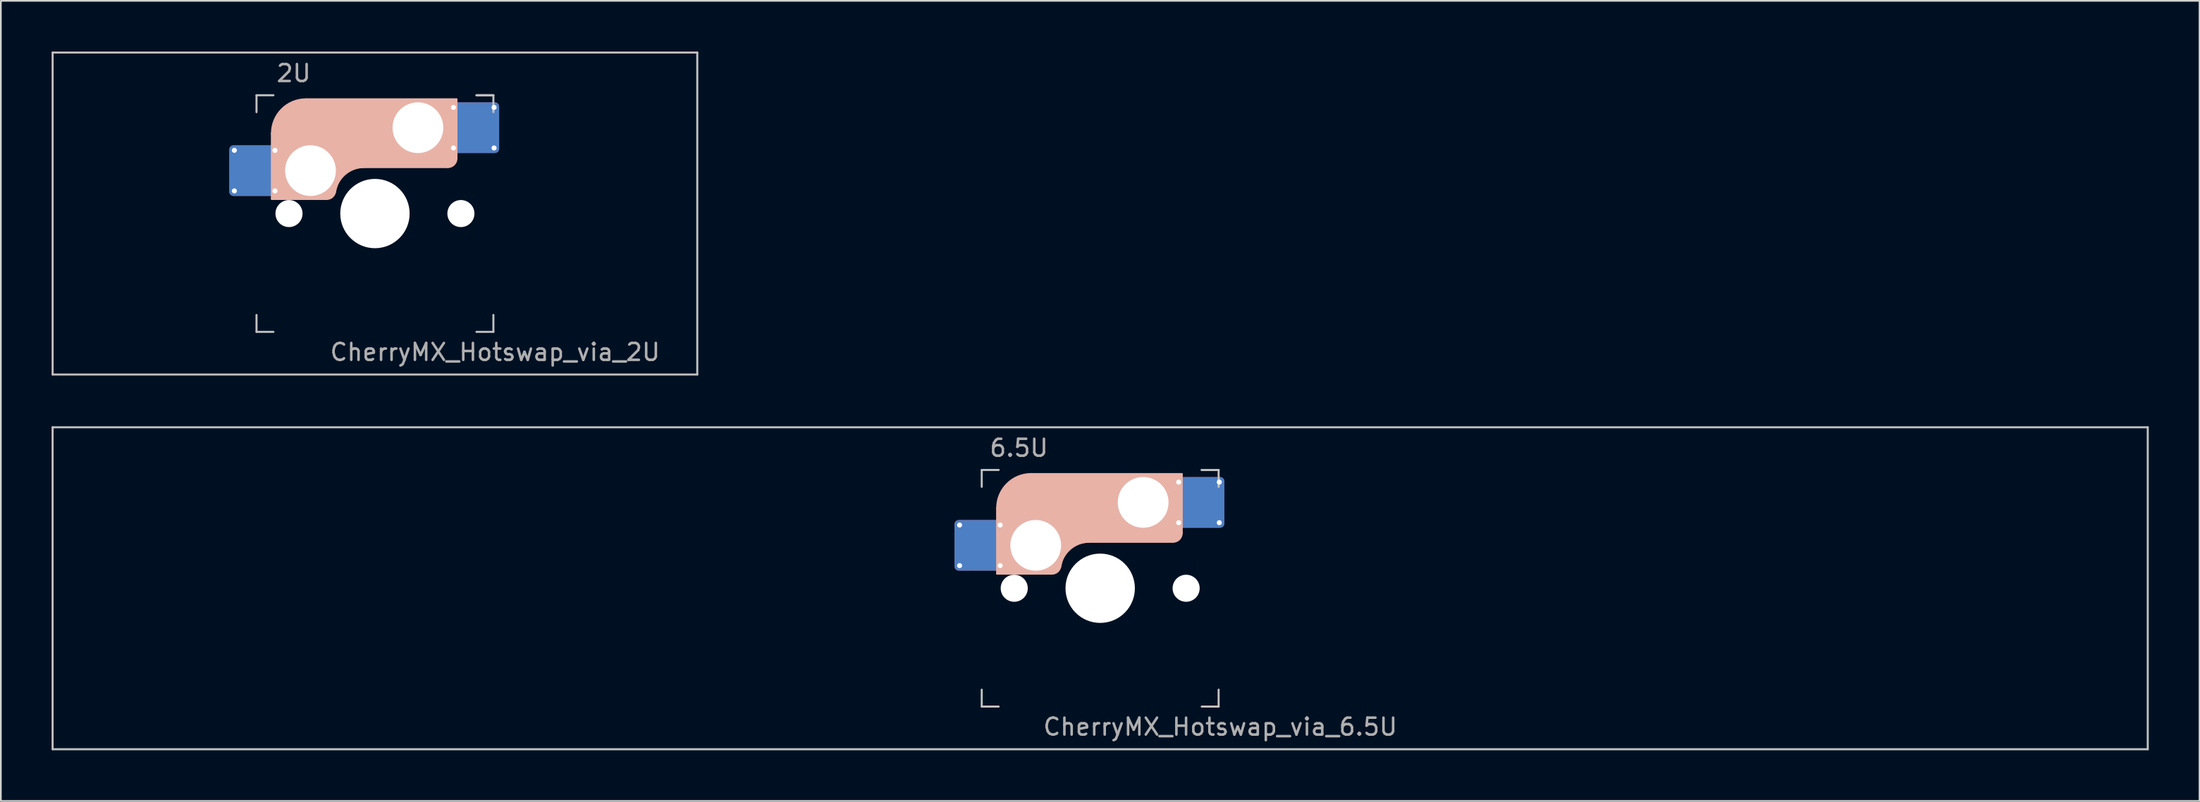
<source format=kicad_pcb>
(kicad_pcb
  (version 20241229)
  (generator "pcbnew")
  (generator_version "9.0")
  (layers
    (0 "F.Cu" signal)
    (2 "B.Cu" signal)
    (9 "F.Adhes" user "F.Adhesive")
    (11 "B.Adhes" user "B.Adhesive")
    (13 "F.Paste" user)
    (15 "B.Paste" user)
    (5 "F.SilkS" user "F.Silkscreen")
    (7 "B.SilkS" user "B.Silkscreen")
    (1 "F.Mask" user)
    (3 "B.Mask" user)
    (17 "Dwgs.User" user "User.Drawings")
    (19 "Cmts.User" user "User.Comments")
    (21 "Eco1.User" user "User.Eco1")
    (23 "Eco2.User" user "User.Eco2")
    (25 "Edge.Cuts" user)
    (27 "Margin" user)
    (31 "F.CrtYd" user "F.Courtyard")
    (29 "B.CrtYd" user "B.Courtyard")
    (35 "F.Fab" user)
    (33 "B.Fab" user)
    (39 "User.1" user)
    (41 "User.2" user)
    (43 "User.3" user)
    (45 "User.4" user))
  (footprint "CherryMX_Hotswap_via_2U"
    (layer "F.Cu")
    (at 19.11 9.585)
    (property "Reference" "CherryMX_Hotswap_via_2U" (at 7.1 8.2 0) (layer "F.Fab") (effects (font (size 1 1) (thickness 0.15))))
    (attr through_hole)
    (fp_line (start -8.11 -1.74) (end -8.11 -3.34) (stroke (width 0.12) (type solid)) (layer "B.Mask"))
    (fp_line (start -7.91 -3.54) (end -6.31 -3.54) (stroke (width 0.12) (type solid)) (layer "B.Mask"))
    (fp_line (start -6.31 -1.54) (end -7.91 -1.54) (stroke (width 0.12) (type solid)) (layer "B.Mask"))
    (fp_line (start -6.11 -3.34) (end -6.11 -1.74) (stroke (width 0.12) (type solid)) (layer "B.Mask"))
    (fp_line (start 4.84 -5.88) (end 4.84 -4.28) (stroke (width 0.12) (type solid)) (layer "B.Mask"))
    (fp_line (start 5.04 -6.08) (end 6.64 -6.08) (stroke (width 0.12) (type solid)) (layer "B.Mask"))
    (fp_line (start 5.04 -4.08) (end 6.64 -4.08) (stroke (width 0.12) (type solid)) (layer "B.Mask"))
    (fp_line (start 6.84 -4.28) (end 6.84 -5.88) (stroke (width 0.12) (type solid)) (layer "B.Mask"))
    (fp_arc (start -8.11 -3.34) (mid -8.051421 -3.481421) (end -7.91 -3.54) (stroke (width 0.12) (type solid)) (layer "B.Mask"))
    (fp_arc (start -7.91 -1.54) (mid -8.051421 -1.598579) (end -8.11 -1.74) (stroke (width 0.12) (type solid)) (layer "B.Mask"))
    (fp_arc (start -6.31 -3.54) (mid -6.168579 -3.481421) (end -6.11 -3.34) (stroke (width 0.12) (type solid)) (layer "B.Mask"))
    (fp_arc (start -6.11 -1.74) (mid -6.168579 -1.598579) (end -6.31 -1.54) (stroke (width 0.12) (type solid)) (layer "B.Mask"))
    (fp_arc (start 4.84 -5.88) (mid 4.898579 -6.021421) (end 5.04 -6.08) (stroke (width 0.12) (type solid)) (layer "B.Mask"))
    (fp_arc (start 5.04 -4.08) (mid 4.898579 -4.138579) (end 4.84 -4.28) (stroke (width 0.12) (type solid)) (layer "B.Mask"))
    (fp_arc (start 6.64 -6.08) (mid 6.781421 -6.021421) (end 6.84 -5.88) (stroke (width 0.12) (type solid)) (layer "B.Mask"))
    (fp_arc (start 6.84 -4.28) (mid 6.781421 -4.138579) (end 6.64 -4.08) (stroke (width 0.12) (type solid)) (layer "B.Mask"))
    (fp_poly (pts (xy -6.11 -3.34) (xy -6.11 -1.74) (xy -6.31 -1.54) (xy -7.91 -1.54) (xy -8.11 -1.74) (xy -8.11 -3.34) (xy -7.91 -3.54) (xy -6.31 -3.54)) (stroke (width 0.1) (type solid)) (fill yes) (layer "B.Mask"))
    (fp_poly (pts (xy 6.84 -5.88) (xy 6.84 -4.28) (xy 6.64 -4.08) (xy 5.04 -4.08) (xy 4.84 -4.28) (xy 4.84 -5.88) (xy 5.04 -6.08) (xy 6.64 -6.08)) (stroke (width 0.1) (type solid)) (fill yes) (layer "B.Mask"))
    (fp_line (start -6.085 -0.865) (end -6.085 -4.755) (stroke (width 0.12) (type solid)) (layer "B.SilkS"))
    (fp_line (start -4.085 -6.755) (end 4.815 -6.755) (stroke (width 0.12) (type solid)) (layer "B.SilkS"))
    (fp_line (start -2.852 -0.865) (end -6.085 -0.865) (stroke (width 0.12) (type solid)) (layer "B.SilkS"))
    (fp_line (start -0.635 -2.755) (end 4.315 -2.755) (stroke (width 0.12) (type solid)) (layer "B.SilkS"))
    (fp_line (start 4.815 -6.755) (end 4.815 -3.255) (stroke (width 0.12) (type solid)) (layer "B.SilkS"))
    (fp_arc (start -6.085 -4.755) (mid -5.499214 -6.169214) (end -4.085 -6.755) (stroke (width 0.12) (type solid)) (layer "B.SilkS"))
    (fp_arc (start -2.360959 -1.278326) (mid -1.770727 -2.335454) (end -0.635 -2.755) (stroke (width 0.12) (type solid)) (layer "B.SilkS"))
    (fp_arc (start -2.36 -1.278176) (mid -2.53101 -0.981978) (end -2.852404 -0.865) (stroke (width 0.12) (type solid)) (layer "B.SilkS"))
    (fp_arc (start 4.815 -3.255) (mid 4.668553 -2.901447) (end 4.315 -2.755) (stroke (width 0.12) (type solid)) (layer "B.SilkS"))
    (fp_poly (pts (xy 4.815 -3.255) (xy 4.633 -2.937) (xy 4.315 -2.755) (xy -0.635 -2.755) (xy -1.259 -2.696) (xy -1.805 -2.376) (xy -2.207 -1.885) (xy -2.361 -1.278) (xy -2.563 -1.02) (xy -2.852 -0.865) (xy -6.085 -0.865) (xy -6.085 -4.755) (xy -5.887 -5.501) (xy -5.464 -6.134) (xy -4.831 -6.557) (xy -4.085 -6.755) (xy 4.815 -6.755)) (stroke (width 0.1) (type solid)) (fill yes) (layer "B.SilkS"))
    (fp_line (start -8.11 -1.74) (end -8.11 -3.34) (stroke (width 0.12) (type solid)) (layer "B.Paste"))
    (fp_line (start -7.91 -3.54) (end -6.31 -3.54) (stroke (width 0.12) (type solid)) (layer "B.Paste"))
    (fp_line (start -6.31 -1.54) (end -7.91 -1.54) (stroke (width 0.12) (type solid)) (layer "B.Paste"))
    (fp_line (start -6.11 -3.34) (end -6.11 -1.74) (stroke (width 0.12) (type solid)) (layer "B.Paste"))
    (fp_line (start 4.84 -5.88) (end 4.84 -4.28) (stroke (width 0.12) (type solid)) (layer "B.Paste"))
    (fp_line (start 5.04 -6.08) (end 6.64 -6.08) (stroke (width 0.12) (type solid)) (layer "B.Paste"))
    (fp_line (start 5.04 -4.08) (end 6.64 -4.08) (stroke (width 0.12) (type solid)) (layer "B.Paste"))
    (fp_line (start 6.84 -4.28) (end 6.84 -5.88) (stroke (width 0.12) (type solid)) (layer "B.Paste"))
    (fp_arc (start -8.11 -3.34) (mid -8.051421 -3.481421) (end -7.91 -3.54) (stroke (width 0.12) (type solid)) (layer "B.Paste"))
    (fp_arc (start -7.91 -1.54) (mid -8.051421 -1.598579) (end -8.11 -1.74) (stroke (width 0.12) (type solid)) (layer "B.Paste"))
    (fp_arc (start -6.31 -3.54) (mid -6.168579 -3.481421) (end -6.11 -3.34) (stroke (width 0.12) (type solid)) (layer "B.Paste"))
    (fp_arc (start -6.11 -1.74) (mid -6.168579 -1.598579) (end -6.31 -1.54) (stroke (width 0.12) (type solid)) (layer "B.Paste"))
    (fp_arc (start 4.84 -5.88) (mid 4.898579 -6.021421) (end 5.04 -6.08) (stroke (width 0.12) (type solid)) (layer "B.Paste"))
    (fp_arc (start 5.04 -4.08) (mid 4.898579 -4.138579) (end 4.84 -4.28) (stroke (width 0.12) (type solid)) (layer "B.Paste"))
    (fp_arc (start 6.64 -6.08) (mid 6.781421 -6.021421) (end 6.84 -5.88) (stroke (width 0.12) (type solid)) (layer "B.Paste"))
    (fp_arc (start 6.84 -4.28) (mid 6.781421 -4.138579) (end 6.64 -4.08) (stroke (width 0.12) (type solid)) (layer "B.Paste"))
    (fp_poly (pts (xy -6.11 -3.34) (xy -6.11 -1.74) (xy -6.31 -1.54) (xy -7.91 -1.54) (xy -8.11 -1.74) (xy -8.11 -3.34) (xy -7.91 -3.54) (xy -6.31 -3.54)) (stroke (width 0.1) (type solid)) (fill yes) (layer "B.Paste"))
    (fp_poly (pts (xy 6.84 -5.88) (xy 6.84 -4.28) (xy 6.64 -4.08) (xy 5.04 -4.08) (xy 4.84 -4.28) (xy 4.84 -5.88) (xy 5.04 -6.08) (xy 6.64 -6.08)) (stroke (width 0.1) (type solid)) (fill yes) (layer "B.Paste"))
    (fp_line (start -19.05 -9.525) (end 19.05 -9.525) (stroke (width 0.12) (type solid)) (layer "Dwgs.User"))
    (fp_line (start -19.05 9.525) (end -19.05 -9.525) (stroke (width 0.12) (type solid)) (layer "Dwgs.User"))
    (fp_line (start -7 -7) (end -7 -6) (stroke (width 0.12) (type solid)) (layer "Dwgs.User"))
    (fp_line (start -7 -7) (end -6 -7) (stroke (width 0.12) (type solid)) (layer "Dwgs.User"))
    (fp_line (start -7 7) (end -7 6) (stroke (width 0.12) (type solid)) (layer "Dwgs.User"))
    (fp_line (start -7 7) (end -6 7) (stroke (width 0.12) (type solid)) (layer "Dwgs.User"))
    (fp_line (start 6 -7) (end 7 -7) (stroke (width 0.12) (type solid)) (layer "Dwgs.User"))
    (fp_line (start 7 -7) (end 6 -7) (stroke (width 0.12) (type solid)) (layer "Dwgs.User"))
    (fp_line (start 7 -7) (end 7 -6) (stroke (width 0.12) (type solid)) (layer "Dwgs.User"))
    (fp_line (start 7 7) (end 6 7) (stroke (width 0.12) (type solid)) (layer "Dwgs.User"))
    (fp_line (start 7 7) (end 7 6) (stroke (width 0.12) (type solid)) (layer "Dwgs.User"))
    (fp_line (start 19.05 -9.525) (end 19.05 9.525) (stroke (width 0.12) (type solid)) (layer "Dwgs.User"))
    (fp_line (start 19.05 9.525) (end -19.05 9.525) (stroke (width 0.12) (type solid)) (layer "Dwgs.User"))
    (fp_text user "2U" (at -4.8 -8.3 0) (layer "F.Fab") (effects (font (size 1 1) (thickness 0.15))))
    (pad "" np_thru_hole circle (at -5.08 0) (size 1.6 1.6) (drill 1.6) (layers "*.Cu" "*.Mask"))
    (pad "" np_thru_hole circle (at -3.81 -2.54) (size 3 3) (drill 3) (layers "*.Cu" "*.Mask"))
    (pad "" np_thru_hole circle (at 0 0) (size 4.1 4.1) (drill 4.1) (layers "*.Cu" "*.Mask"))
    (pad "" np_thru_hole circle (at 2.54 -5.08) (size 3 3) (drill 3) (layers "*.Cu" "*.Mask"))
    (pad "" np_thru_hole circle (at 5.08 0) (size 1.6 1.6) (drill 1.6) (layers "*.Cu" "*.Mask"))
    (pad "1" thru_hole circle (at -8.31 -3.74) (size 0.5 0.5) (drill 0.3) (layers "*.Cu"))
    (pad "1" thru_hole circle (at -8.31 -1.34) (size 0.5 0.5) (drill 0.3) (layers "*.Cu"))
    (pad "1" smd roundrect (at -7.11 -2.54) (size 3 3) (layers "F.Cu") (roundrect_rratio 0.083))
    (pad "1" smd roundrect (at -7.11 -2.54 180) (size 3 3) (layers "B.Cu") (roundrect_rratio 0.083))
    (pad "1" thru_hole circle (at -5.91 -3.74) (size 0.5 0.5) (drill 0.3) (layers "*.Cu"))
    (pad "1" thru_hole circle (at -5.91 -1.34) (size 0.5 0.5) (drill 0.3) (layers "*.Cu"))
    (pad "2" thru_hole circle (at 4.64 -6.28 180) (size 0.5 0.5) (drill 0.3) (layers "*.Cu"))
    (pad "2" thru_hole circle (at 4.64 -3.88 180) (size 0.5 0.5) (drill 0.3) (layers "*.Cu"))
    (pad "2" smd roundrect (at 5.84 -5.08 180) (size 3 3) (layers "F.Cu") (roundrect_rratio 0.083))
    (pad "2" smd roundrect (at 5.84 -5.08 180) (size 3 3) (layers "B.Cu") (roundrect_rratio 0.083))
    (pad "2" thru_hole circle (at 7.04 -6.28 180) (size 0.5 0.5) (drill 0.3) (layers "*.Cu"))
    (pad "2" thru_hole circle (at 7.04 -3.88 180) (size 0.5 0.5) (drill 0.3) (layers "*.Cu")))
  (footprint "CherryMX_Hotswap_via_6.5U"
    (layer "F.Cu")
    (at 61.972 31.755)
    (property "Reference" "CherryMX_Hotswap_via_6.5U" (at 7.1 8.2 0) (layer "F.Fab") (effects (font (size 1 1) (thickness 0.15))))
    (attr through_hole)
    (fp_line (start -8.11 -1.74) (end -8.11 -3.34) (stroke (width 0.12) (type solid)) (layer "B.Mask"))
    (fp_line (start -7.91 -3.54) (end -6.31 -3.54) (stroke (width 0.12) (type solid)) (layer "B.Mask"))
    (fp_line (start -6.31 -1.54) (end -7.91 -1.54) (stroke (width 0.12) (type solid)) (layer "B.Mask"))
    (fp_line (start -6.11 -3.34) (end -6.11 -1.74) (stroke (width 0.12) (type solid)) (layer "B.Mask"))
    (fp_line (start 4.84 -5.88) (end 4.84 -4.28) (stroke (width 0.12) (type solid)) (layer "B.Mask"))
    (fp_line (start 5.04 -6.08) (end 6.64 -6.08) (stroke (width 0.12) (type solid)) (layer "B.Mask"))
    (fp_line (start 5.04 -4.08) (end 6.64 -4.08) (stroke (width 0.12) (type solid)) (layer "B.Mask"))
    (fp_line (start 6.84 -4.28) (end 6.84 -5.88) (stroke (width 0.12) (type solid)) (layer "B.Mask"))
    (fp_arc (start -8.11 -3.34) (mid -8.051421 -3.481421) (end -7.91 -3.54) (stroke (width 0.12) (type solid)) (layer "B.Mask"))
    (fp_arc (start -7.91 -1.54) (mid -8.051421 -1.598579) (end -8.11 -1.74) (stroke (width 0.12) (type solid)) (layer "B.Mask"))
    (fp_arc (start -6.31 -3.54) (mid -6.168579 -3.481421) (end -6.11 -3.34) (stroke (width 0.12) (type solid)) (layer "B.Mask"))
    (fp_arc (start -6.11 -1.74) (mid -6.168579 -1.598579) (end -6.31 -1.54) (stroke (width 0.12) (type solid)) (layer "B.Mask"))
    (fp_arc (start 4.84 -5.88) (mid 4.898579 -6.021421) (end 5.04 -6.08) (stroke (width 0.12) (type solid)) (layer "B.Mask"))
    (fp_arc (start 5.04 -4.08) (mid 4.898579 -4.138579) (end 4.84 -4.28) (stroke (width 0.12) (type solid)) (layer "B.Mask"))
    (fp_arc (start 6.64 -6.08) (mid 6.781421 -6.021421) (end 6.84 -5.88) (stroke (width 0.12) (type solid)) (layer "B.Mask"))
    (fp_arc (start 6.84 -4.28) (mid 6.781421 -4.138579) (end 6.64 -4.08) (stroke (width 0.12) (type solid)) (layer "B.Mask"))
    (fp_poly (pts (xy -6.11 -3.34) (xy -6.11 -1.74) (xy -6.31 -1.54) (xy -7.91 -1.54) (xy -8.11 -1.74) (xy -8.11 -3.34) (xy -7.91 -3.54) (xy -6.31 -3.54)) (stroke (width 0.1) (type solid)) (fill yes) (layer "B.Mask"))
    (fp_poly (pts (xy 6.84 -5.88) (xy 6.84 -4.28) (xy 6.64 -4.08) (xy 5.04 -4.08) (xy 4.84 -4.28) (xy 4.84 -5.88) (xy 5.04 -6.08) (xy 6.64 -6.08)) (stroke (width 0.1) (type solid)) (fill yes) (layer "B.Mask"))
    (fp_line (start -6.085 -0.865) (end -6.085 -4.755) (stroke (width 0.12) (type solid)) (layer "B.SilkS"))
    (fp_line (start -4.085 -6.755) (end 4.815 -6.755) (stroke (width 0.12) (type solid)) (layer "B.SilkS"))
    (fp_line (start -2.852 -0.865) (end -6.085 -0.865) (stroke (width 0.12) (type solid)) (layer "B.SilkS"))
    (fp_line (start -0.635 -2.755) (end 4.315 -2.755) (stroke (width 0.12) (type solid)) (layer "B.SilkS"))
    (fp_line (start 4.815 -6.755) (end 4.815 -3.255) (stroke (width 0.12) (type solid)) (layer "B.SilkS"))
    (fp_arc (start -6.085 -4.755) (mid -5.499214 -6.169214) (end -4.085 -6.755) (stroke (width 0.12) (type solid)) (layer "B.SilkS"))
    (fp_arc (start -2.360959 -1.278326) (mid -1.770727 -2.335454) (end -0.635 -2.755) (stroke (width 0.12) (type solid)) (layer "B.SilkS"))
    (fp_arc (start -2.36 -1.278176) (mid -2.53101 -0.981978) (end -2.852404 -0.865) (stroke (width 0.12) (type solid)) (layer "B.SilkS"))
    (fp_arc (start 4.815 -3.255) (mid 4.668553 -2.901447) (end 4.315 -2.755) (stroke (width 0.12) (type solid)) (layer "B.SilkS"))
    (fp_poly (pts (xy 4.815 -3.255) (xy 4.633 -2.937) (xy 4.315 -2.755) (xy -0.635 -2.755) (xy -1.259 -2.696) (xy -1.805 -2.376) (xy -2.207 -1.885) (xy -2.361 -1.278) (xy -2.563 -1.02) (xy -2.852 -0.865) (xy -6.085 -0.865) (xy -6.085 -4.755) (xy -5.887 -5.501) (xy -5.464 -6.134) (xy -4.831 -6.557) (xy -4.085 -6.755) (xy 4.815 -6.755)) (stroke (width 0.1) (type solid)) (fill yes) (layer "B.SilkS"))
    (fp_line (start -8.11 -1.74) (end -8.11 -3.34) (stroke (width 0.12) (type solid)) (layer "B.Paste"))
    (fp_line (start -7.91 -3.54) (end -6.31 -3.54) (stroke (width 0.12) (type solid)) (layer "B.Paste"))
    (fp_line (start -6.31 -1.54) (end -7.91 -1.54) (stroke (width 0.12) (type solid)) (layer "B.Paste"))
    (fp_line (start -6.11 -3.34) (end -6.11 -1.74) (stroke (width 0.12) (type solid)) (layer "B.Paste"))
    (fp_line (start 4.84 -5.88) (end 4.84 -4.28) (stroke (width 0.12) (type solid)) (layer "B.Paste"))
    (fp_line (start 5.04 -6.08) (end 6.64 -6.08) (stroke (width 0.12) (type solid)) (layer "B.Paste"))
    (fp_line (start 5.04 -4.08) (end 6.64 -4.08) (stroke (width 0.12) (type solid)) (layer "B.Paste"))
    (fp_line (start 6.84 -4.28) (end 6.84 -5.88) (stroke (width 0.12) (type solid)) (layer "B.Paste"))
    (fp_arc (start -8.11 -3.34) (mid -8.051421 -3.481421) (end -7.91 -3.54) (stroke (width 0.12) (type solid)) (layer "B.Paste"))
    (fp_arc (start -7.91 -1.54) (mid -8.051421 -1.598579) (end -8.11 -1.74) (stroke (width 0.12) (type solid)) (layer "B.Paste"))
    (fp_arc (start -6.31 -3.54) (mid -6.168579 -3.481421) (end -6.11 -3.34) (stroke (width 0.12) (type solid)) (layer "B.Paste"))
    (fp_arc (start -6.11 -1.74) (mid -6.168579 -1.598579) (end -6.31 -1.54) (stroke (width 0.12) (type solid)) (layer "B.Paste"))
    (fp_arc (start 4.84 -5.88) (mid 4.898579 -6.021421) (end 5.04 -6.08) (stroke (width 0.12) (type solid)) (layer "B.Paste"))
    (fp_arc (start 5.04 -4.08) (mid 4.898579 -4.138579) (end 4.84 -4.28) (stroke (width 0.12) (type solid)) (layer "B.Paste"))
    (fp_arc (start 6.64 -6.08) (mid 6.781421 -6.021421) (end 6.84 -5.88) (stroke (width 0.12) (type solid)) (layer "B.Paste"))
    (fp_arc (start 6.84 -4.28) (mid 6.781421 -4.138579) (end 6.64 -4.08) (stroke (width 0.12) (type solid)) (layer "B.Paste"))
    (fp_poly (pts (xy -6.11 -3.34) (xy -6.11 -1.74) (xy -6.31 -1.54) (xy -7.91 -1.54) (xy -8.11 -1.74) (xy -8.11 -3.34) (xy -7.91 -3.54) (xy -6.31 -3.54)) (stroke (width 0.1) (type solid)) (fill yes) (layer "B.Paste"))
    (fp_poly (pts (xy 6.84 -5.88) (xy 6.84 -4.28) (xy 6.64 -4.08) (xy 5.04 -4.08) (xy 4.84 -4.28) (xy 4.84 -5.88) (xy 5.04 -6.08) (xy 6.64 -6.08)) (stroke (width 0.1) (type solid)) (fill yes) (layer "B.Paste"))
    (fp_line (start -61.913 -9.525) (end 61.913 -9.525) (stroke (width 0.12) (type solid)) (layer "Dwgs.User"))
    (fp_line (start -61.913 9.525) (end -61.913 -9.525) (stroke (width 0.12) (type solid)) (layer "Dwgs.User"))
    (fp_line (start -7 -7) (end -7 -6) (stroke (width 0.12) (type solid)) (layer "Dwgs.User"))
    (fp_line (start -7 -7) (end -6 -7) (stroke (width 0.12) (type solid)) (layer "Dwgs.User"))
    (fp_line (start -7 7) (end -7 6) (stroke (width 0.12) (type solid)) (layer "Dwgs.User"))
    (fp_line (start -7 7) (end -6 7) (stroke (width 0.12) (type solid)) (layer "Dwgs.User"))
    (fp_line (start 6 -7) (end 7 -7) (stroke (width 0.12) (type solid)) (layer "Dwgs.User"))
    (fp_line (start 7 -7) (end 6 -7) (stroke (width 0.12) (type solid)) (layer "Dwgs.User"))
    (fp_line (start 7 -7) (end 7 -6) (stroke (width 0.12) (type solid)) (layer "Dwgs.User"))
    (fp_line (start 7 7) (end 6 7) (stroke (width 0.12) (type solid)) (layer "Dwgs.User"))
    (fp_line (start 7 7) (end 7 6) (stroke (width 0.12) (type solid)) (layer "Dwgs.User"))
    (fp_line (start 61.913 -9.525) (end 61.913 9.525) (stroke (width 0.12) (type solid)) (layer "Dwgs.User"))
    (fp_line (start 61.913 9.525) (end -61.913 9.525) (stroke (width 0.12) (type solid)) (layer "Dwgs.User"))
    (fp_text user "6.5U" (at -4.8 -8.3 0) (layer "F.Fab") (effects (font (size 1 1) (thickness 0.15))))
    (pad "" np_thru_hole circle (at -5.08 0) (size 1.6 1.6) (drill 1.6) (layers "*.Cu" "*.Mask"))
    (pad "" np_thru_hole circle (at -3.81 -2.54) (size 3 3) (drill 3) (layers "*.Cu" "*.Mask"))
    (pad "" np_thru_hole circle (at 0 0) (size 4.1 4.1) (drill 4.1) (layers "*.Cu" "*.Mask"))
    (pad "" np_thru_hole circle (at 2.54 -5.08) (size 3 3) (drill 3) (layers "*.Cu" "*.Mask"))
    (pad "" np_thru_hole circle (at 5.08 0) (size 1.6 1.6) (drill 1.6) (layers "*.Cu" "*.Mask"))
    (pad "1" thru_hole circle (at -8.31 -3.74) (size 0.5 0.5) (drill 0.3) (layers "*.Cu"))
    (pad "1" thru_hole circle (at -8.31 -1.34) (size 0.5 0.5) (drill 0.3) (layers "*.Cu"))
    (pad "1" smd roundrect (at -7.11 -2.54) (size 3 3) (layers "F.Cu") (roundrect_rratio 0.083))
    (pad "1" smd roundrect (at -7.11 -2.54 180) (size 3 3) (layers "B.Cu") (roundrect_rratio 0.083))
    (pad "1" thru_hole circle (at -5.91 -3.74) (size 0.5 0.5) (drill 0.3) (layers "*.Cu"))
    (pad "1" thru_hole circle (at -5.91 -1.34) (size 0.5 0.5) (drill 0.3) (layers "*.Cu"))
    (pad "2" thru_hole circle (at 4.64 -6.28 180) (size 0.5 0.5) (drill 0.3) (layers "*.Cu"))
    (pad "2" thru_hole circle (at 4.64 -3.88 180) (size 0.5 0.5) (drill 0.3) (layers "*.Cu"))
    (pad "2" smd roundrect (at 5.84 -5.08 180) (size 3 3) (layers "F.Cu") (roundrect_rratio 0.083))
    (pad "2" smd roundrect (at 5.84 -5.08 180) (size 3 3) (layers "B.Cu") (roundrect_rratio 0.083))
    (pad "2" thru_hole circle (at 7.04 -6.28 180) (size 0.5 0.5) (drill 0.3) (layers "*.Cu"))
    (pad "2" thru_hole circle (at 7.04 -3.88 180) (size 0.5 0.5) (drill 0.3) (layers "*.Cu")))
  (gr_rect
    (start -3 -3)
    (end 126.945 44.34)
    (stroke (width 0.1) (type default))
    (fill no)
    (layer "Edge.Cuts")))
</source>
